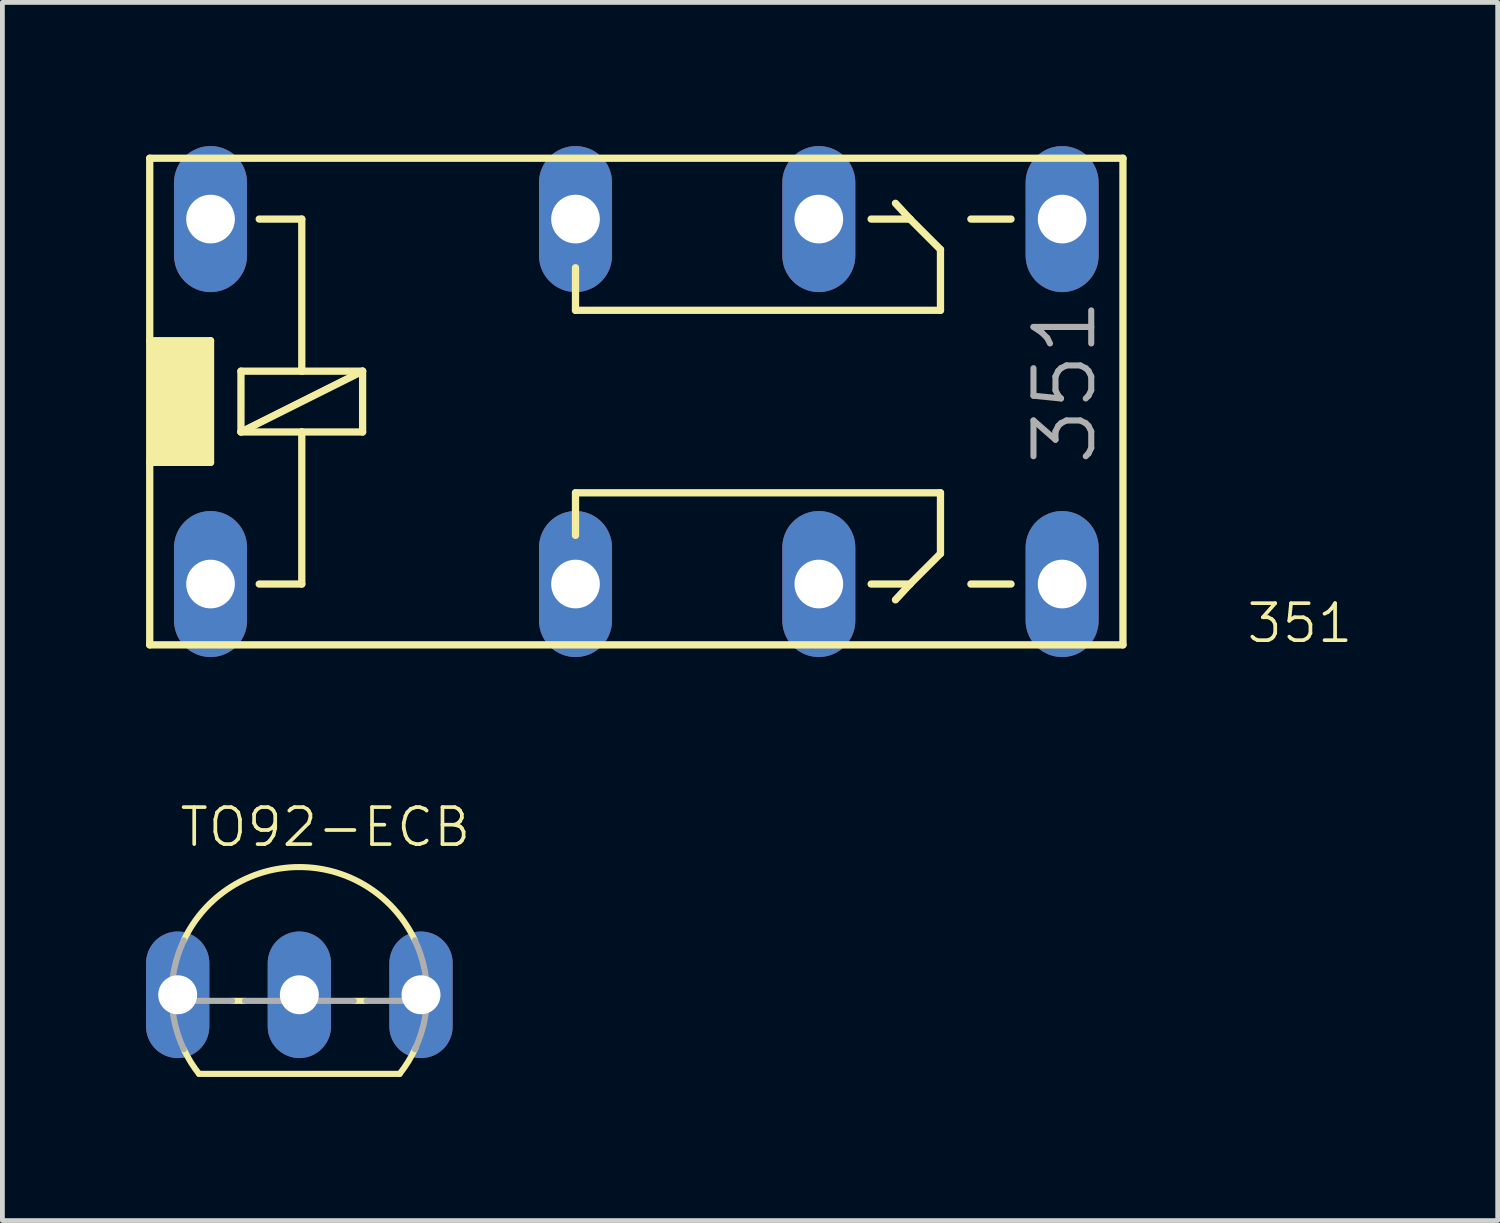
<source format=kicad_pcb>
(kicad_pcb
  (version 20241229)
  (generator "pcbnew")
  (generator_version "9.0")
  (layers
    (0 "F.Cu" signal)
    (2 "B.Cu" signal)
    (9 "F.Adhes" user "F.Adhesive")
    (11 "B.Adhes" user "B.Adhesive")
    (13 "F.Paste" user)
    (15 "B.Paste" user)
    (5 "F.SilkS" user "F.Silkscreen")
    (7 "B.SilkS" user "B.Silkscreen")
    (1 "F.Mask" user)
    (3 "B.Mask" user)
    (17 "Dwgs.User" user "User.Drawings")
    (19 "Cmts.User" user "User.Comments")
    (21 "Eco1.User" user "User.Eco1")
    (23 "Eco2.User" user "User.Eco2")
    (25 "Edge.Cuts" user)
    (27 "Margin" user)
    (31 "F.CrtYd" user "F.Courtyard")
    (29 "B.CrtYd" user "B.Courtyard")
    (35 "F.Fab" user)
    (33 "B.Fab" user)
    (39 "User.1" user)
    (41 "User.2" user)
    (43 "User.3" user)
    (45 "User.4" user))
  (footprint "TO92-ECB"
    (layer "F.Cu")
    (at 3.2 17.72)
    (property "Reference" "TO92-ECB" (at -2.54 -3.048 0) (layer "F.SilkS") (effects (font (size 0.772 0.772) (thickness 0.077)) (justify left bottom)))
    (attr through_hole)
    (fp_line (start -2.095 1.651) (end 2.095 1.651) (stroke (width 0.127) (type solid)) (layer "F.SilkS"))
    (fp_line (start -1.136 0.127) (end -1.404 0.127) (stroke (width 0.127) (type solid)) (layer "F.SilkS"))
    (fp_line (start 1.404 0.127) (end 1.136 0.127) (stroke (width 0.127) (type solid)) (layer "F.SilkS"))
    (fp_arc (start -2.413 -1.1359) (mid -0.000001 -2.666986) (end 2.412999 -1.135901) (stroke (width 0.127) (type solid)) (layer "F.SilkS"))
    (fp_arc (start -2.095 1.651) (mid -2.268918 1.40252) (end -2.4135 1.1359) (stroke (width 0.127) (type solid)) (layer "F.SilkS"))
    (fp_arc (start 2.4247 1.1118) (mid 2.275878 1.391201) (end 2.095 1.651) (stroke (width 0.127) (type solid)) (layer "F.SilkS"))
    (fp_line (start -1.404 0.127) (end -2.664 0.127) (stroke (width 0.127) (type solid)) (layer "F.Fab"))
    (fp_line (start 1.136 0.127) (end -1.136 0.127) (stroke (width 0.127) (type solid)) (layer "F.Fab"))
    (fp_line (start 2.664 0.127) (end 1.404 0.127) (stroke (width 0.127) (type solid)) (layer "F.Fab"))
    (fp_arc (start -2.663999 0.127) (mid -2.615866 -0.519826) (end -2.413 -1.1359) (stroke (width 0.127) (type solid)) (layer "F.Fab"))
    (fp_arc (start -2.413 1.1359) (mid -2.588137 0.643799) (end -2.664 0.127) (stroke (width 0.127) (type solid)) (layer "F.Fab"))
    (fp_arc (start 2.413 -1.1359) (mid 2.615846 -0.519822) (end 2.664 0.127) (stroke (width 0.127) (type solid)) (layer "F.Fab"))
    (fp_arc (start 2.664 0.127) (mid 2.588137 0.643799) (end 2.413 1.1359) (stroke (width 0.127) (type solid)) (layer "F.Fab"))
    (pad "B" thru_hole oval (at 2.54 0 90) (size 2.642 1.321) (drill 0.813) (layers "*.Cu" "*.Mask"))
    (pad "C" thru_hole oval (at 0 0 90) (size 2.642 1.321) (drill 0.813) (layers "*.Cu" "*.Mask"))
    (pad "E" thru_hole oval (at -2.54 0 90) (size 2.642 1.321) (drill 0.813) (layers "*.Cu" "*.Mask")))
  (footprint "351"
    (layer "F.Cu")
    (at 5.156 5.334)
    (property "Reference" "351" (at 17.78 5.08 180) (layer "F.SilkS") (effects (font (size 0.772 0.772) (thickness 0.077)) (justify left bottom)))
    (attr through_hole)
    (fp_line (start -5.08 -5.08) (end -5.08 -1.27) (stroke (width 0.152) (type solid)) (layer "F.SilkS"))
    (fp_line (start -5.08 -1.27) (end -5.08 1.27) (stroke (width 0.152) (type solid)) (layer "F.SilkS"))
    (fp_line (start -5.08 -1.27) (end -3.81 -1.27) (stroke (width 0.152) (type solid)) (layer "F.SilkS"))
    (fp_line (start -5.08 1.27) (end -5.08 5.08) (stroke (width 0.152) (type solid)) (layer "F.SilkS"))
    (fp_line (start -5.08 5.08) (end 15.24 5.08) (stroke (width 0.152) (type solid)) (layer "F.SilkS"))
    (fp_line (start -3.81 -1.27) (end -3.81 1.27) (stroke (width 0.152) (type solid)) (layer "F.SilkS"))
    (fp_line (start -3.81 1.27) (end -5.08 1.27) (stroke (width 0.152) (type solid)) (layer "F.SilkS"))
    (fp_line (start -3.175 -0.635) (end -3.175 0.635) (stroke (width 0.152) (type solid)) (layer "F.SilkS"))
    (fp_line (start -3.175 0.635) (end -1.905 0.635) (stroke (width 0.152) (type solid)) (layer "F.SilkS"))
    (fp_line (start -3.175 0.635) (end -0.635 -0.635) (stroke (width 0.152) (type solid)) (layer "F.SilkS"))
    (fp_line (start -2.794 -3.81) (end -1.905 -3.81) (stroke (width 0.152) (type solid)) (layer "F.SilkS"))
    (fp_line (start -1.905 -3.81) (end -1.905 -0.635) (stroke (width 0.152) (type solid)) (layer "F.SilkS"))
    (fp_line (start -1.905 -0.635) (end -3.175 -0.635) (stroke (width 0.152) (type solid)) (layer "F.SilkS"))
    (fp_line (start -1.905 0.635) (end -1.905 3.81) (stroke (width 0.152) (type solid)) (layer "F.SilkS"))
    (fp_line (start -1.905 0.635) (end -0.635 0.635) (stroke (width 0.152) (type solid)) (layer "F.SilkS"))
    (fp_line (start -1.905 3.81) (end -2.794 3.81) (stroke (width 0.152) (type solid)) (layer "F.SilkS"))
    (fp_line (start -0.635 -0.635) (end -1.905 -0.635) (stroke (width 0.152) (type solid)) (layer "F.SilkS"))
    (fp_line (start -0.635 0.635) (end -0.635 -0.635) (stroke (width 0.152) (type solid)) (layer "F.SilkS"))
    (fp_line (start 3.81 -2.794) (end 3.81 -1.905) (stroke (width 0.152) (type solid)) (layer "F.SilkS"))
    (fp_line (start 3.81 -1.905) (end 11.43 -1.905) (stroke (width 0.152) (type solid)) (layer "F.SilkS"))
    (fp_line (start 3.81 1.905) (end 11.43 1.905) (stroke (width 0.152) (type solid)) (layer "F.SilkS"))
    (fp_line (start 3.81 2.794) (end 3.81 1.905) (stroke (width 0.152) (type solid)) (layer "F.SilkS"))
    (fp_line (start 9.982 -3.81) (end 10.795 -3.81) (stroke (width 0.152) (type solid)) (layer "F.SilkS"))
    (fp_line (start 9.982 3.81) (end 10.795 3.81) (stroke (width 0.152) (type solid)) (layer "F.SilkS"))
    (fp_line (start 10.795 -3.81) (end 10.49 -4.14) (stroke (width 0.152) (type solid)) (layer "F.SilkS"))
    (fp_line (start 10.795 3.81) (end 10.49 4.14) (stroke (width 0.152) (type solid)) (layer "F.SilkS"))
    (fp_line (start 11.43 -3.175) (end 10.795 -3.81) (stroke (width 0.152) (type solid)) (layer "F.SilkS"))
    (fp_line (start 11.43 -1.905) (end 11.43 -3.175) (stroke (width 0.152) (type solid)) (layer "F.SilkS"))
    (fp_line (start 11.43 1.905) (end 11.43 3.175) (stroke (width 0.152) (type solid)) (layer "F.SilkS"))
    (fp_line (start 11.43 3.175) (end 10.795 3.81) (stroke (width 0.152) (type solid)) (layer "F.SilkS"))
    (fp_line (start 12.065 -3.81) (end 12.903 -3.81) (stroke (width 0.152) (type solid)) (layer "F.SilkS"))
    (fp_line (start 12.065 3.81) (end 12.903 3.81) (stroke (width 0.152) (type solid)) (layer "F.SilkS"))
    (fp_line (start 15.24 -5.08) (end -5.08 -5.08) (stroke (width 0.152) (type solid)) (layer "F.SilkS"))
    (fp_line (start 15.24 5.08) (end 15.24 -5.08) (stroke (width 0.152) (type solid)) (layer "F.SilkS"))
    (fp_poly (pts (xy -5.08 1.27) (xy -3.81 1.27) (xy -3.81 -1.27) (xy -5.08 -1.27)) (stroke (width 0) (type solid)) (fill yes) (layer "F.SilkS"))
    (fp_text user "351" (at 14.732 1.397 90) (layer "F.Fab") (effects (font (size 1.206 1.206) (thickness 0.127)) (justify left bottom)))
    (pad "1" thru_hole oval (at -3.81 3.81 90) (size 3.048 1.524) (drill 1.016) (layers "*.Cu" "*.Mask"))
    (pad "16" thru_hole oval (at -3.81 -3.81 90) (size 3.048 1.524) (drill 1.016) (layers "*.Cu" "*.Mask"))
    (pad "O1" thru_hole oval (at 8.89 3.81 90) (size 3.048 1.524) (drill 1.016) (layers "*.Cu" "*.Mask"))
    (pad "O2" thru_hole oval (at 8.89 -3.81 90) (size 3.048 1.524) (drill 1.016) (layers "*.Cu" "*.Mask"))
    (pad "P1" thru_hole oval (at 3.81 3.81 90) (size 3.048 1.524) (drill 1.016) (layers "*.Cu" "*.Mask"))
    (pad "P2" thru_hole oval (at 3.81 -3.81 90) (size 3.048 1.524) (drill 1.016) (layers "*.Cu" "*.Mask"))
    (pad "S1" thru_hole oval (at 13.97 3.81 90) (size 3.048 1.524) (drill 1.016) (layers "*.Cu" "*.Mask"))
    (pad "S2" thru_hole oval (at 13.97 -3.81 90) (size 3.048 1.524) (drill 1.016) (layers "*.Cu" "*.Mask")))
  (gr_rect
    (start -3 -3)
    (end 28.22 22.434)
    (stroke (width 0.1) (type default))
    (fill no)
    (layer "Edge.Cuts")))
</source>
